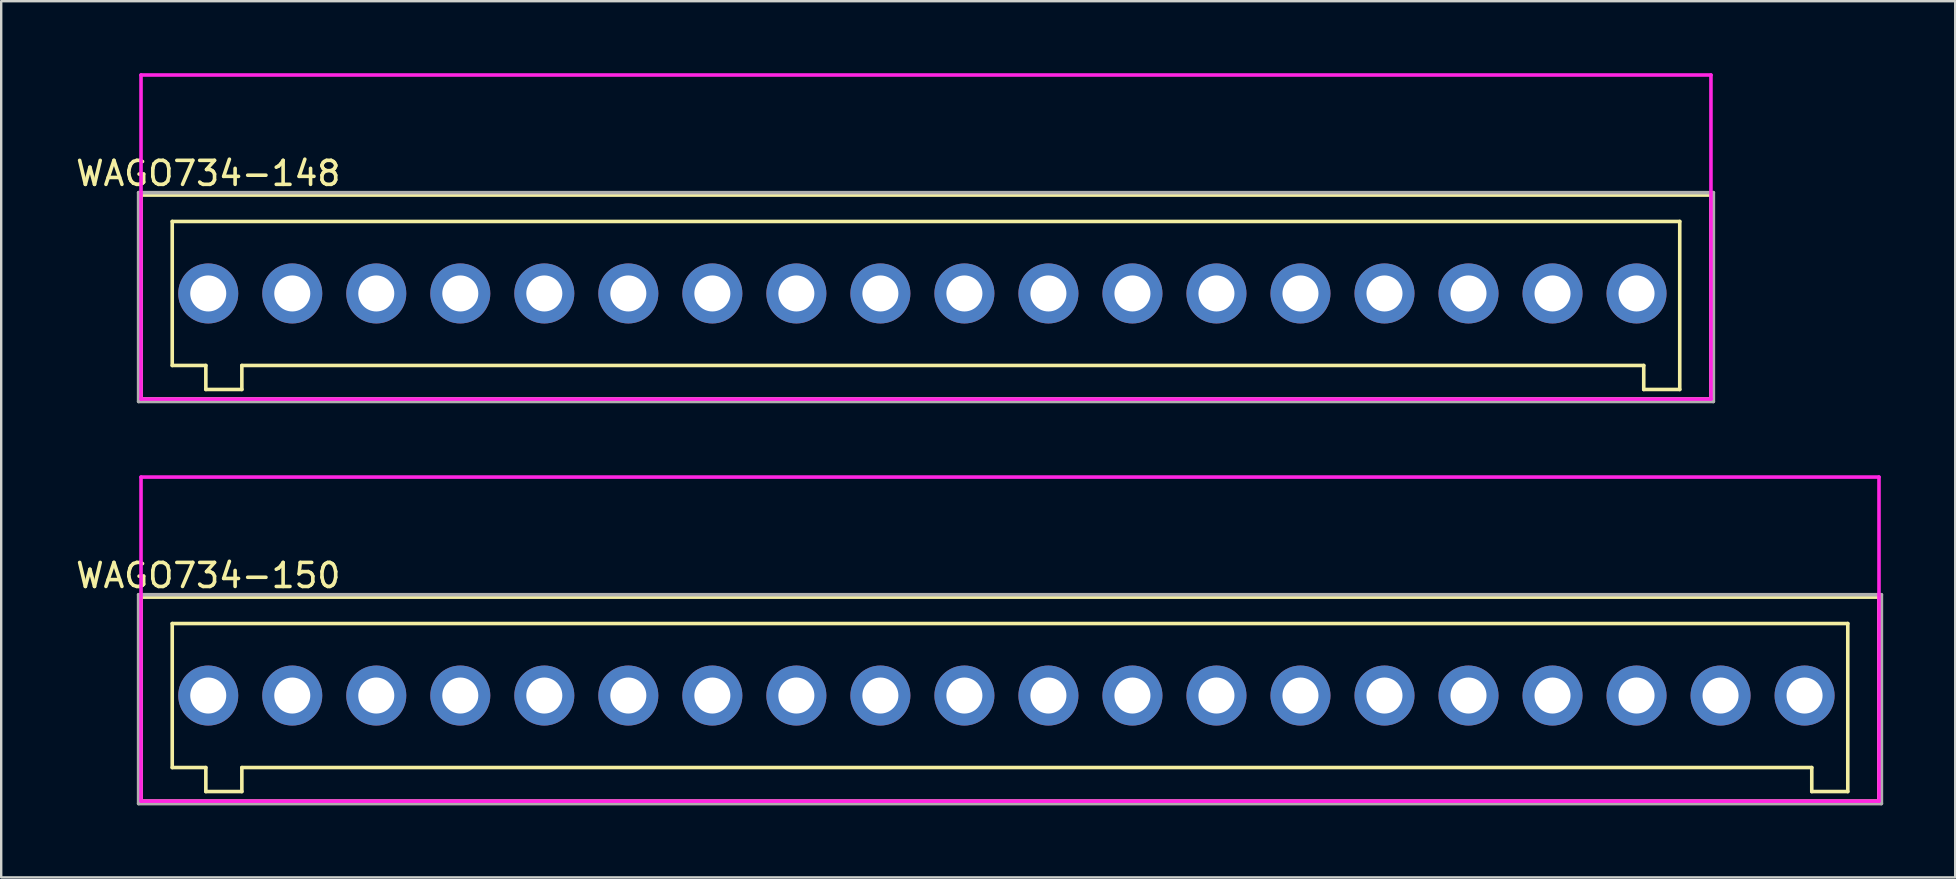
<source format=kicad_pcb>
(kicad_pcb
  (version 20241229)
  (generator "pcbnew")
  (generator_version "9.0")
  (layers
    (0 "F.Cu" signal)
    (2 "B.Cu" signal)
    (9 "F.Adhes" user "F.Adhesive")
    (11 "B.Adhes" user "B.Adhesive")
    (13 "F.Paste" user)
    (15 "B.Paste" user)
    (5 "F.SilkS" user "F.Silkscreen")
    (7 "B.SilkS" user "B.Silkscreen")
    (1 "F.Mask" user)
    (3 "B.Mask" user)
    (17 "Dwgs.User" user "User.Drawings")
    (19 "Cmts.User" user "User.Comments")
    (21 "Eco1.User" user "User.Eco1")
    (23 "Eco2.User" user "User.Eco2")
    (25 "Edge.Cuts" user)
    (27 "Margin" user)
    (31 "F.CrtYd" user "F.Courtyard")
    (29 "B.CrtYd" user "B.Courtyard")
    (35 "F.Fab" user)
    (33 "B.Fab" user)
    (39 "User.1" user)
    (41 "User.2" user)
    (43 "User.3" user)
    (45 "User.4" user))
  (footprint "WAGO734-150"
    (layer "F.Cu")
    (at 5.625 25.925)
    (property "Reference" "WAGO734-150" (at 0 -5 0) (layer "F.SilkS") (effects (font (size 1 1) (thickness 0.15))))
    (attr through_hole)
    (fp_line (start -2.8 4.4) (end -2.8 -4.1) (stroke (width 0.15) (type solid)) (layer "F.SilkS"))
    (fp_line (start -1.5 -3) (end -1.5 3) (stroke (width 0.15) (type solid)) (layer "F.SilkS"))
    (fp_line (start -1.5 3) (end -0.1 3) (stroke (width 0.15) (type solid)) (layer "F.SilkS"))
    (fp_line (start -0.1 3) (end -0.1 4) (stroke (width 0.15) (type solid)) (layer "F.SilkS"))
    (fp_line (start -0.1 4) (end 1.4 4) (stroke (width 0.15) (type solid)) (layer "F.SilkS"))
    (fp_line (start 1.4 3) (end 66.8 3) (stroke (width 0.15) (type solid)) (layer "F.SilkS"))
    (fp_line (start 1.4 4) (end 1.4 3) (stroke (width 0.15) (type solid)) (layer "F.SilkS"))
    (fp_line (start 66.8 3) (end 66.8 4) (stroke (width 0.15) (type solid)) (layer "F.SilkS"))
    (fp_line (start 66.8 4) (end 68.3 4) (stroke (width 0.15) (type solid)) (layer "F.SilkS"))
    (fp_line (start 68.3 -3) (end -1.5 -3) (stroke (width 0.15) (type solid)) (layer "F.SilkS"))
    (fp_line (start 68.3 4) (end 68.3 -3) (stroke (width 0.15) (type solid)) (layer "F.SilkS"))
    (fp_line (start 69.6 -4.1) (end -2.8 -4.1) (stroke (width 0.15) (type solid)) (layer "F.SilkS"))
    (fp_line (start 69.6 4.4) (end -2.8 4.4) (stroke (width 0.15) (type solid)) (layer "F.SilkS"))
    (fp_line (start 69.6 4.4) (end 69.6 -4.1) (stroke (width 0.15) (type solid)) (layer "F.SilkS"))
    (fp_line (start -2.8 -9.1) (end -2.8 4.4) (stroke (width 0.15) (type solid)) (layer "F.CrtYd"))
    (fp_line (start -2.8 4.4) (end 69.6 4.4) (stroke (width 0.15) (type solid)) (layer "F.CrtYd"))
    (fp_line (start 69.6 -9.1) (end -2.8 -9.1) (stroke (width 0.15) (type solid)) (layer "F.CrtYd"))
    (fp_line (start 69.6 4.4) (end 69.6 -9.1) (stroke (width 0.15) (type solid)) (layer "F.CrtYd"))
    (fp_line (start -2.9 -4.2) (end 69.7 -4.2) (stroke (width 0.15) (type solid)) (layer "F.Fab"))
    (fp_line (start -2.9 4.5) (end -2.9 -4.2) (stroke (width 0.15) (type solid)) (layer "F.Fab"))
    (fp_line (start 69.7 -4.2) (end 69.7 4.5) (stroke (width 0.15) (type solid)) (layer "F.Fab"))
    (fp_line (start 69.7 4.5) (end -2.9 4.5) (stroke (width 0.15) (type solid)) (layer "F.Fab"))
    (pad "1" thru_hole circle (at 0 0) (size 2.5 2.5) (drill 1.5) (layers "*.Cu" "*.Mask"))
    (pad "2" thru_hole circle (at 3.5 0) (size 2.5 2.5) (drill 1.5) (layers "*.Cu" "*.Mask"))
    (pad "3" thru_hole circle (at 7 0) (size 2.5 2.5) (drill 1.5) (layers "*.Cu" "*.Mask"))
    (pad "4" thru_hole circle (at 10.5 0) (size 2.5 2.5) (drill 1.5) (layers "*.Cu" "*.Mask"))
    (pad "5" thru_hole circle (at 14 0) (size 2.5 2.5) (drill 1.5) (layers "*.Cu" "*.Mask"))
    (pad "6" thru_hole circle (at 17.5 0) (size 2.5 2.5) (drill 1.5) (layers "*.Cu" "*.Mask"))
    (pad "7" thru_hole circle (at 21 0) (size 2.5 2.5) (drill 1.5) (layers "*.Cu" "*.Mask"))
    (pad "8" thru_hole circle (at 24.5 0) (size 2.5 2.5) (drill 1.5) (layers "*.Cu" "*.Mask"))
    (pad "9" thru_hole circle (at 28 0) (size 2.5 2.5) (drill 1.5) (layers "*.Cu" "*.Mask"))
    (pad "10" thru_hole circle (at 31.5 0) (size 2.5 2.5) (drill 1.5) (layers "*.Cu" "*.Mask"))
    (pad "11" thru_hole circle (at 35 0) (size 2.5 2.5) (drill 1.5) (layers "*.Cu" "*.Mask"))
    (pad "12" thru_hole circle (at 38.5 0) (size 2.5 2.5) (drill 1.5) (layers "*.Cu" "*.Mask"))
    (pad "13" thru_hole circle (at 42 0) (size 2.5 2.5) (drill 1.5) (layers "*.Cu" "*.Mask"))
    (pad "14" thru_hole circle (at 45.5 0) (size 2.5 2.5) (drill 1.5) (layers "*.Cu" "*.Mask"))
    (pad "15" thru_hole circle (at 49 0) (size 2.5 2.5) (drill 1.5) (layers "*.Cu" "*.Mask"))
    (pad "16" thru_hole circle (at 52.5 0) (size 2.5 2.5) (drill 1.5) (layers "*.Cu" "*.Mask"))
    (pad "17" thru_hole circle (at 56 0) (size 2.5 2.5) (drill 1.5) (layers "*.Cu" "*.Mask"))
    (pad "18" thru_hole circle (at 59.5 0) (size 2.5 2.5) (drill 1.5) (layers "*.Cu" "*.Mask"))
    (pad "19" thru_hole circle (at 63 0) (size 2.5 2.5) (drill 1.5) (layers "*.Cu" "*.Mask"))
    (pad "20" thru_hole circle (at 66.5 0) (size 2.5 2.5) (drill 1.5) (layers "*.Cu" "*.Mask")))
  (footprint "WAGO734-148"
    (layer "F.Cu")
    (at 5.625 9.175)
    (property "Reference" "WAGO734-148" (at 0 -5 0) (layer "F.SilkS") (effects (font (size 1 1) (thickness 0.15))))
    (attr through_hole)
    (fp_line (start -2.8 4.4) (end -2.8 -4.1) (stroke (width 0.15) (type solid)) (layer "F.SilkS"))
    (fp_line (start -1.5 -3) (end -1.5 3) (stroke (width 0.15) (type solid)) (layer "F.SilkS"))
    (fp_line (start -1.5 3) (end -0.1 3) (stroke (width 0.15) (type solid)) (layer "F.SilkS"))
    (fp_line (start -0.1 3) (end -0.1 4) (stroke (width 0.15) (type solid)) (layer "F.SilkS"))
    (fp_line (start -0.1 4) (end 1.4 4) (stroke (width 0.15) (type solid)) (layer "F.SilkS"))
    (fp_line (start 1.4 3) (end 59.8 3) (stroke (width 0.15) (type solid)) (layer "F.SilkS"))
    (fp_line (start 1.4 4) (end 1.4 3) (stroke (width 0.15) (type solid)) (layer "F.SilkS"))
    (fp_line (start 59.8 3) (end 59.8 4) (stroke (width 0.15) (type solid)) (layer "F.SilkS"))
    (fp_line (start 59.8 4) (end 61.3 4) (stroke (width 0.15) (type solid)) (layer "F.SilkS"))
    (fp_line (start 61.3 -3) (end -1.5 -3) (stroke (width 0.15) (type solid)) (layer "F.SilkS"))
    (fp_line (start 61.3 4) (end 61.3 -3) (stroke (width 0.15) (type solid)) (layer "F.SilkS"))
    (fp_line (start 62.6 -4.1) (end -2.8 -4.1) (stroke (width 0.15) (type solid)) (layer "F.SilkS"))
    (fp_line (start 62.6 4.4) (end -2.8 4.4) (stroke (width 0.15) (type solid)) (layer "F.SilkS"))
    (fp_line (start 62.6 4.4) (end 62.6 -4.1) (stroke (width 0.15) (type solid)) (layer "F.SilkS"))
    (fp_line (start -2.8 -9.1) (end -2.8 4.4) (stroke (width 0.15) (type solid)) (layer "F.CrtYd"))
    (fp_line (start -2.8 4.4) (end 62.6 4.4) (stroke (width 0.15) (type solid)) (layer "F.CrtYd"))
    (fp_line (start 62.6 -9.1) (end -2.8 -9.1) (stroke (width 0.15) (type solid)) (layer "F.CrtYd"))
    (fp_line (start 62.6 4.4) (end 62.6 -9.1) (stroke (width 0.15) (type solid)) (layer "F.CrtYd"))
    (fp_line (start -2.9 -4.2) (end -2.9 4.5) (stroke (width 0.15) (type solid)) (layer "F.Fab"))
    (fp_line (start -2.9 4.5) (end 62.7 4.5) (stroke (width 0.15) (type solid)) (layer "F.Fab"))
    (fp_line (start 62.7 -4.2) (end -2.9 -4.2) (stroke (width 0.15) (type solid)) (layer "F.Fab"))
    (fp_line (start 62.7 4.5) (end 62.7 -4.2) (stroke (width 0.15) (type solid)) (layer "F.Fab"))
    (pad "1" thru_hole circle (at 0 0) (size 2.5 2.5) (drill 1.5) (layers "*.Cu" "*.Mask"))
    (pad "2" thru_hole circle (at 3.5 0) (size 2.5 2.5) (drill 1.5) (layers "*.Cu" "*.Mask"))
    (pad "3" thru_hole circle (at 7 0) (size 2.5 2.5) (drill 1.5) (layers "*.Cu" "*.Mask"))
    (pad "4" thru_hole circle (at 10.5 0) (size 2.5 2.5) (drill 1.5) (layers "*.Cu" "*.Mask"))
    (pad "5" thru_hole circle (at 14 0) (size 2.5 2.5) (drill 1.5) (layers "*.Cu" "*.Mask"))
    (pad "6" thru_hole circle (at 17.5 0) (size 2.5 2.5) (drill 1.5) (layers "*.Cu" "*.Mask"))
    (pad "7" thru_hole circle (at 21 0) (size 2.5 2.5) (drill 1.5) (layers "*.Cu" "*.Mask"))
    (pad "8" thru_hole circle (at 24.5 0) (size 2.5 2.5) (drill 1.5) (layers "*.Cu" "*.Mask"))
    (pad "9" thru_hole circle (at 28 0) (size 2.5 2.5) (drill 1.5) (layers "*.Cu" "*.Mask"))
    (pad "10" thru_hole circle (at 31.5 0) (size 2.5 2.5) (drill 1.5) (layers "*.Cu" "*.Mask"))
    (pad "11" thru_hole circle (at 35 0) (size 2.5 2.5) (drill 1.5) (layers "*.Cu" "*.Mask"))
    (pad "12" thru_hole circle (at 38.5 0) (size 2.5 2.5) (drill 1.5) (layers "*.Cu" "*.Mask"))
    (pad "13" thru_hole circle (at 42 0) (size 2.5 2.5) (drill 1.5) (layers "*.Cu" "*.Mask"))
    (pad "14" thru_hole circle (at 45.5 0) (size 2.5 2.5) (drill 1.5) (layers "*.Cu" "*.Mask"))
    (pad "15" thru_hole circle (at 49 0) (size 2.5 2.5) (drill 1.5) (layers "*.Cu" "*.Mask"))
    (pad "16" thru_hole circle (at 52.5 0) (size 2.5 2.5) (drill 1.5) (layers "*.Cu" "*.Mask"))
    (pad "17" thru_hole circle (at 56 0) (size 2.5 2.5) (drill 1.5) (layers "*.Cu" "*.Mask"))
    (pad "18" thru_hole circle (at 59.5 0) (size 2.5 2.5) (drill 1.5) (layers "*.Cu" "*.Mask")))
  (gr_rect
    (start -3 -3)
    (end 78.4 33.5)
    (stroke (width 0.1) (type default))
    (fill no)
    (layer "Edge.Cuts")))
</source>
